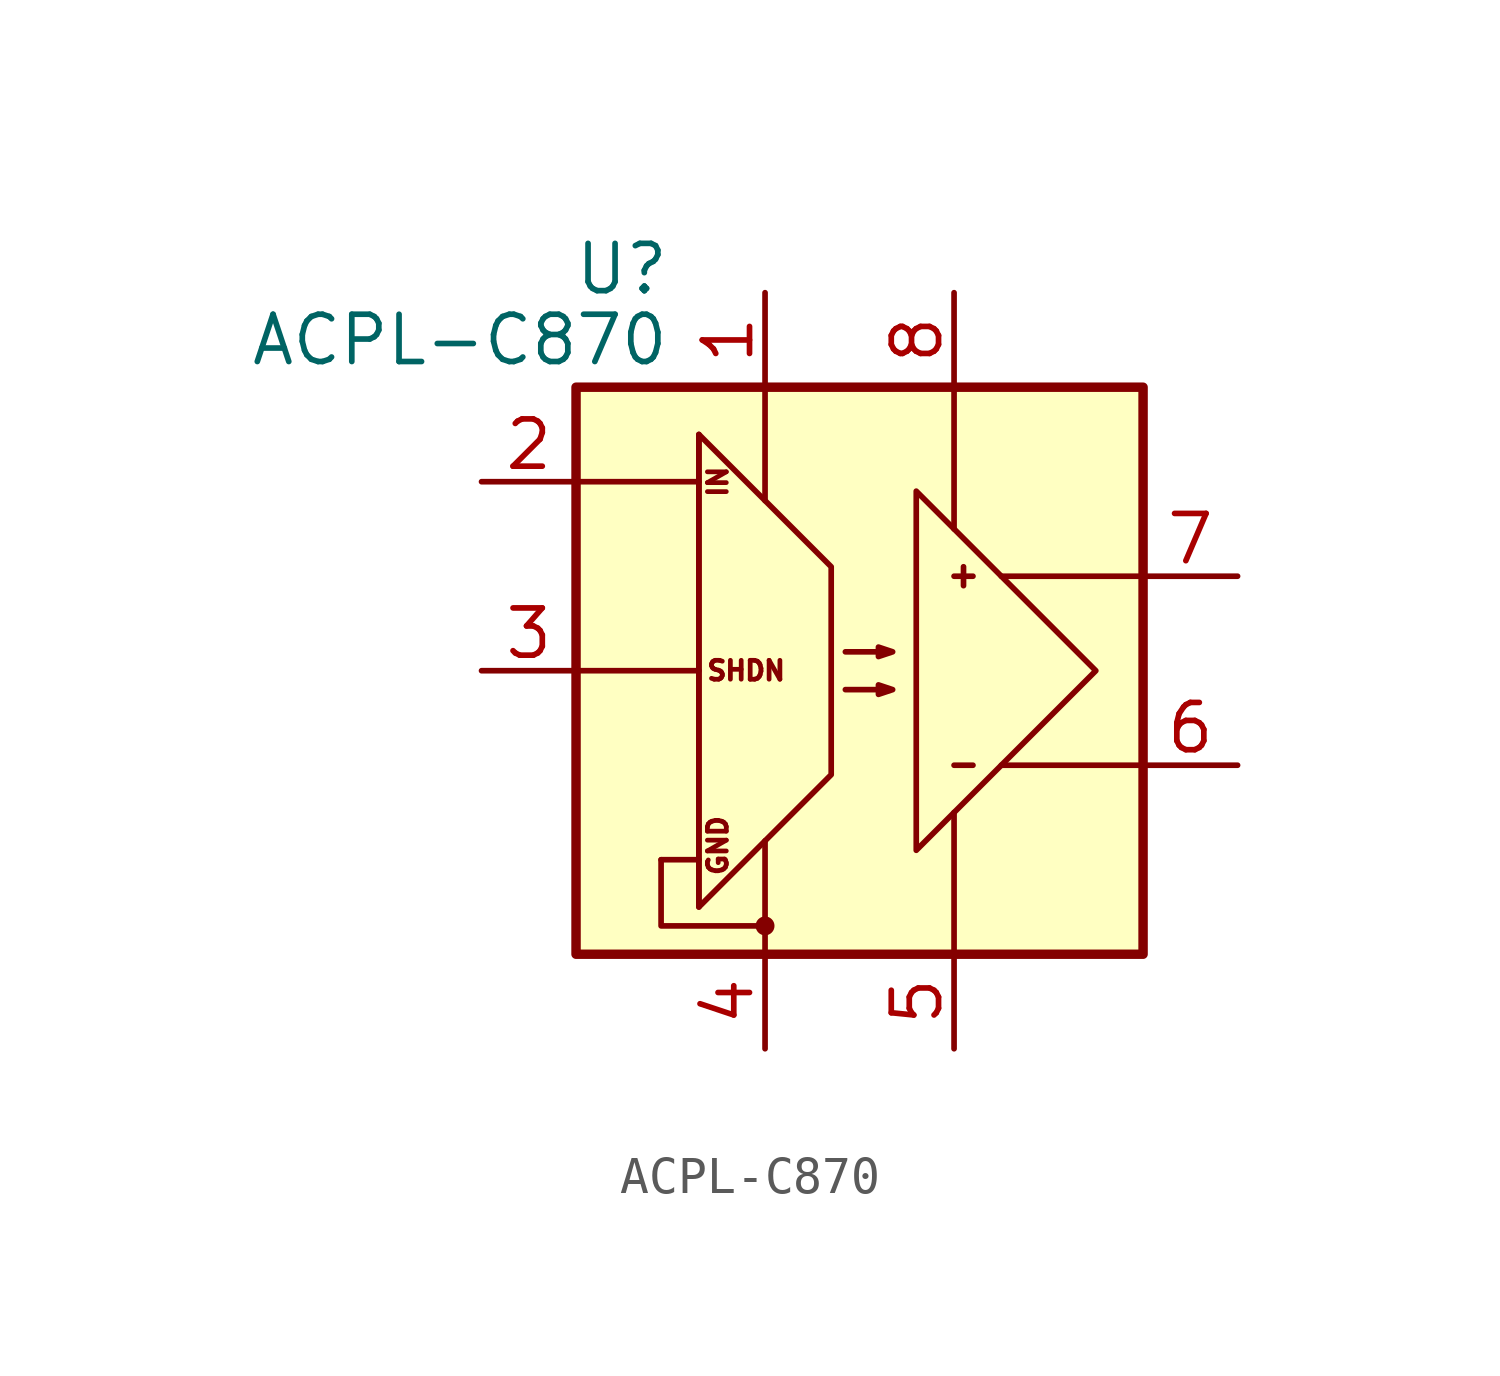
<source format=kicad_sym>
(kicad_symbol_lib
  (version 20241209)
  (generator "kicad_symbol_editor")
  (generator_version "9.0")
  (symbol "ACPL-C870"
    (pin_names
      (offset 0)
      (hide yes))
    (property "Reference" "U"
      (at -5.08 10.795 0)
      (effects (font (size 1.27 1.27)) (justify right)))
    (property "Value" "ACPL-C870"
      (at -5.08 8.89 0)
      (effects (font (size 1.27 1.27)) (justify right)))
    (symbol "ACPL-C870_0_0"
      (polyline (pts (xy -7.62 0) (xy -4.318 0)) (stroke (width 0) (type default)) (fill (type none)))
      (polyline (pts (xy -5.334 -5.08) (xy -5.334 -6.858) (xy -2.54 -6.858)) (stroke (width 0) (type default)) (fill (type none)))
      (polyline (pts (xy -4.318 -5.08) (xy -5.334 -5.08)) (stroke (width 0) (type default)) (fill (type none)))
      (circle (center -2.54 -6.858) (radius 0.178) (stroke (width 0) (type default)) (fill (type outline)))
      (text "IN" (at -3.81 5.08 900) (effects (font (size 0.508 0.508))))
      (text "GND" (at -3.81 -4.699 900) (effects (font (size 0.508 0.508))))
      (text "SHDN" (at -3.048 0 0) (effects (font (size 0.508 0.508)))))
    (symbol "ACPL-C870_0_1"
      (rectangle (start -7.62 7.62) (end 7.62 -7.62) (stroke (width 0.254) (type default)) (fill (type background)))
      (polyline (pts (xy -7.62 5.08) (xy -4.318 5.08)) (stroke (width 0) (type default)) (fill (type none)))
      (polyline (pts (xy -4.318 6.35) (xy -4.318 -6.35)) (stroke (width 0) (type default)) (fill (type none)))
      (polyline (pts (xy -4.318 -6.35) (xy -0.762 -2.794) (xy -0.762 2.794) (xy -4.318 6.35) (xy -4.318 -6.35)) (stroke (width 0) (type default)) (fill (type none)))
      (polyline (pts (xy -2.54 7.62) (xy -2.54 4.572)) (stroke (width 0) (type default)) (fill (type none)))
      (polyline (pts (xy -2.54 -7.62) (xy -2.54 -4.572)) (stroke (width 0) (type default)) (fill (type none)))
      (polyline (pts (xy -0.381 0.508) (xy 0.889 0.508) (xy 0.508 0.381) (xy 0.508 0.635) (xy 0.889 0.508)) (stroke (width 0) (type default)) (fill (type none)))
      (polyline (pts (xy -0.381 -0.508) (xy 0.889 -0.508) (xy 0.508 -0.635) (xy 0.508 -0.381) (xy 0.889 -0.508)) (stroke (width 0) (type default)) (fill (type none)))
      (polyline (pts (xy 2.54 7.62) (xy 2.54 3.81)) (stroke (width 0) (type default)) (fill (type none)))
      (polyline (pts (xy 2.54 -7.62) (xy 2.54 -3.81)) (stroke (width 0) (type default)) (fill (type none)))
      (polyline (pts (xy 2.794 2.794) (xy 2.794 2.286)) (stroke (width 0) (type default)) (fill (type none)))
      (polyline (pts (xy 3.048 2.54) (xy 2.54 2.54)) (stroke (width 0) (type default)) (fill (type none)))
      (polyline (pts (xy 3.048 -2.54) (xy 2.54 -2.54)) (stroke (width 0) (type default)) (fill (type none)))
      (polyline (pts (xy 6.35 0) (xy 1.524 -4.826) (xy 1.524 4.826) (xy 6.35 0)) (stroke (width 0) (type default)) (fill (type none)))
      (polyline (pts (xy 7.62 2.54) (xy 3.81 2.54)) (stroke (width 0) (type default)) (fill (type none)))
      (polyline (pts (xy 7.62 -2.54) (xy 3.81 -2.54)) (stroke (width 0) (type default)) (fill (type none))))
    (symbol "ACPL-C870_1_1"
      (pin input line (at -10.16 5.08 0) (length 2.54) (name "IN" (effects (font (size 1.27 1.27)))) (number "2" (effects (font (size 1.27 1.27)))))
      (pin input line (at -10.16 0 0) (length 2.54) (name "IN-" (effects (font (size 1.27 1.27)))) (number "3" (effects (font (size 1.27 1.27)))))
      (pin power_in line (at -2.54 10.16 270) (length 2.54) (name "VDD1" (effects (font (size 1.27 1.27)))) (number "1" (effects (font (size 1.27 1.27)))))
      (pin power_in line (at -2.54 -10.16 90) (length 2.54) (name "GND1" (effects (font (size 1.27 1.27)))) (number "4" (effects (font (size 1.27 1.27)))))
      (pin power_in line (at 2.54 10.16 270) (length 2.54) (name "VDD2" (effects (font (size 1.27 1.27)))) (number "8" (effects (font (size 1.27 1.27)))))
      (pin power_in line (at 2.54 -10.16 90) (length 2.54) (name "GND2" (effects (font (size 1.27 1.27)))) (number "5" (effects (font (size 1.27 1.27)))))
      (pin output line (at 10.16 2.54 180) (length 2.54) (name "OUT+" (effects (font (size 1.27 1.27)))) (number "7" (effects (font (size 1.27 1.27)))))
      (pin output line (at 10.16 -2.54 180) (length 2.54) (name "OUT-" (effects (font (size 1.27 1.27)))) (number "6" (effects (font (size 1.27 1.27))))))))
</source>
